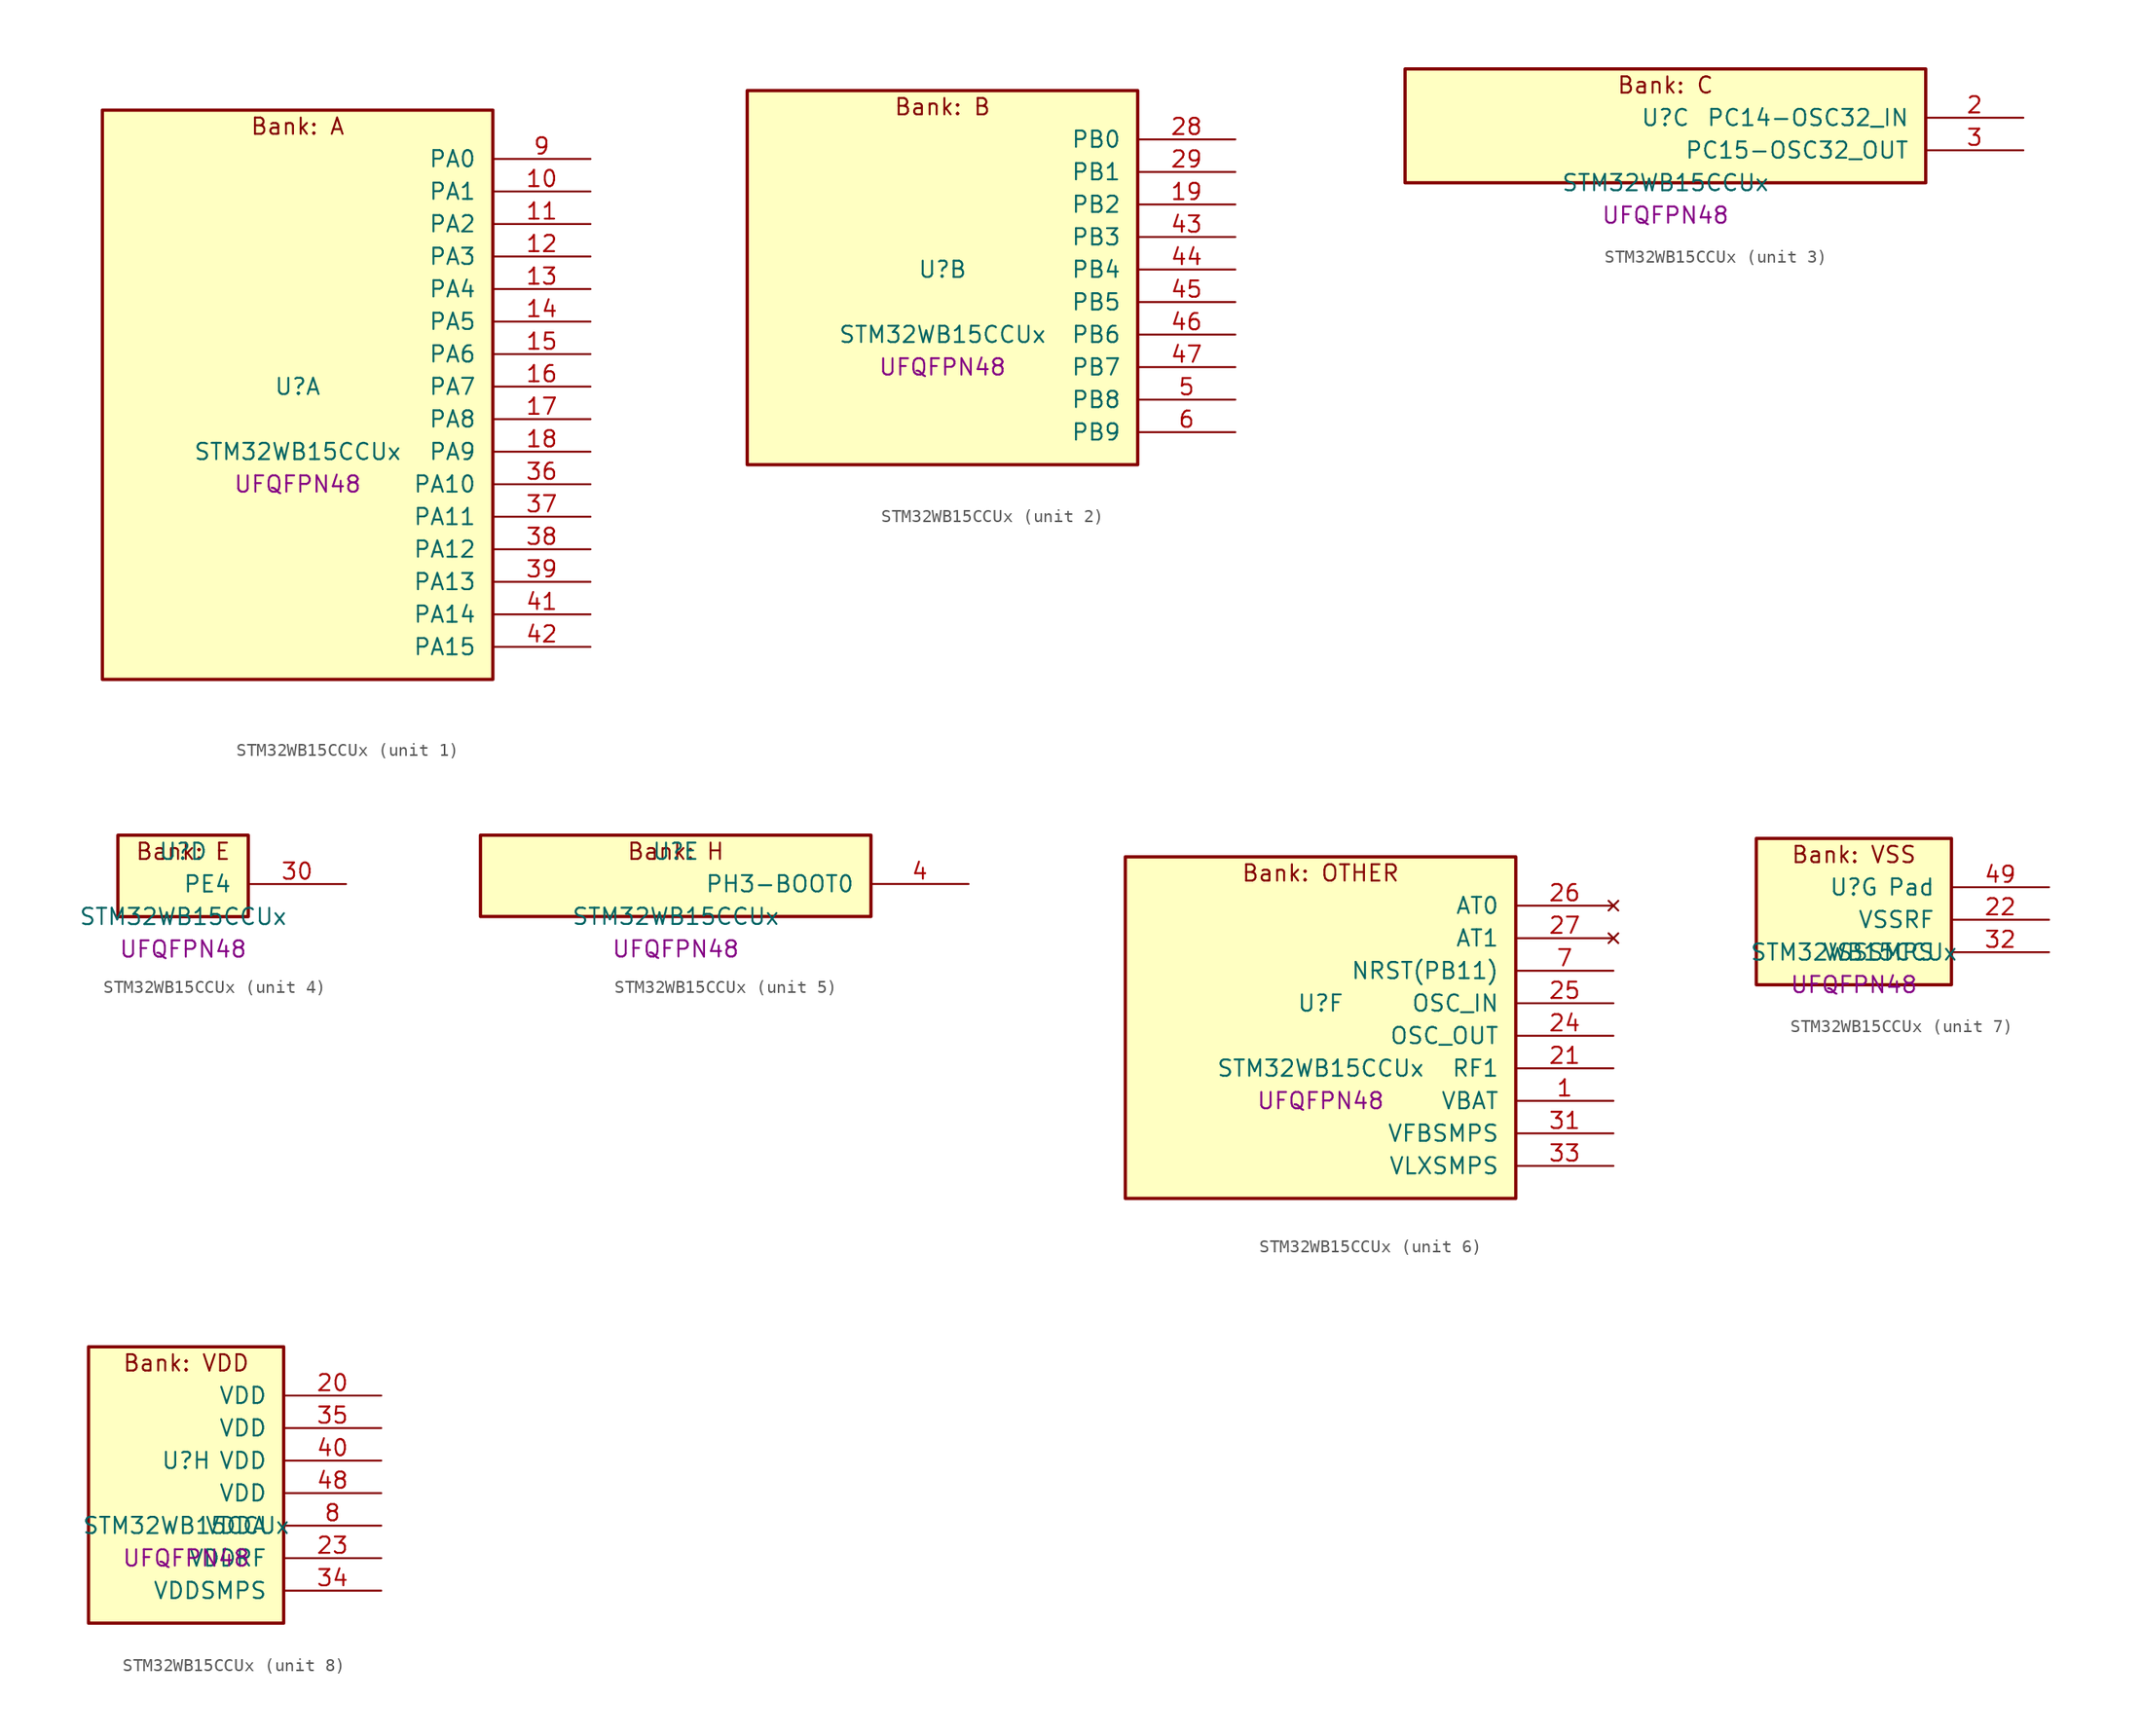
<source format=kicad_sym>
(kicad_symbol_lib
  (version 20241209)
  (generator "stm32_pkl_generator")
  (generator_version "1.0")
  (symbol "STM32WB15CCUx"
    (pin_names
      (offset 1.27))
    (property "Reference" "U"
      (at 0 2.54 0))
    (property "Value" "STM32WB15CCUx"
      (at 0 -2.54 0))
    (property "Footprint" "UFQFPN48"
      (at 0 -5.08 0))
    (symbol "STM32WB15CCUx_1_1"
      (rectangle (start -15.24 24.13) (end 15.24 -20.32) (stroke (width 0.254) (type solid)) (fill (type background)))
      (text "Bank: A" (at 0 22.86 0))
      (pin bidirectional line (at 22.86 20.32 180) (length 7.62) (name "PA0") (number "9") (alternate "PA0/ADC1_IN5" bidirectional line) (alternate "PA0/COMP1_INM" bidirectional line) (alternate "PA0/COMP1_OUT" bidirectional line) (alternate "PA0/RTC_TAMP2" bidirectional line) (alternate "PA0/SYS_WKUP1" bidirectional line) (alternate "PA0/TIM2_CH1" bidirectional line) (alternate "PA0/TIM2_ETR" bidirectional line))
      (pin bidirectional line (at 22.86 17.78 180) (length 7.62) (name "PA1") (number "10") (alternate "PA1/ADC1_IN6" bidirectional line) (alternate "PA1/COMP1_INP" bidirectional line) (alternate "PA1/I2C1_SMBA" bidirectional line) (alternate "PA1/SPI1_SCK" bidirectional line) (alternate "PA1/TIM2_CH2" bidirectional line))
      (pin bidirectional line (at 22.86 15.24 180) (length 7.62) (name "PA2") (number "11") (alternate "PA2/ADC1_IN7" bidirectional line) (alternate "PA2/LPUART1_TX" bidirectional line) (alternate "PA2/RCC_LSCO" bidirectional line) (alternate "PA2/SYS_WKUP4" bidirectional line) (alternate "PA2/TIM2_CH3" bidirectional line))
      (pin bidirectional line (at 22.86 12.7 180) (length 7.62) (name "PA3") (number "12") (alternate "PA3/ADC1_IN8" bidirectional line) (alternate "PA3/LPUART1_RX" bidirectional line) (alternate "PA3/TIM2_CH4" bidirectional line))
      (pin bidirectional line (at 22.86 10.16 180) (length 7.62) (name "PA4") (number "13") (alternate "PA4/ADC1_IN9" bidirectional line) (alternate "PA4/COMP1_INM" bidirectional line) (alternate "PA4/LPTIM2_OUT" bidirectional line) (alternate "PA4/SPI1_NSS" bidirectional line))
      (pin bidirectional line (at 22.86 7.62 180) (length 7.62) (name "PA5") (number "14") (alternate "PA5/ADC1_IN10" bidirectional line) (alternate "PA5/COMP1_INM" bidirectional line) (alternate "PA5/LPTIM2_ETR" bidirectional line) (alternate "PA5/SPI1_MOSI" bidirectional line) (alternate "PA5/SPI1_SCK" bidirectional line) (alternate "PA5/TIM2_CH1" bidirectional line) (alternate "PA5/TIM2_ETR" bidirectional line))
      (pin bidirectional line (at 22.86 5.08 180) (length 7.62) (name "PA6") (number "15") (alternate "PA6/ADC1_IN11" bidirectional line) (alternate "PA6/LPUART1_CTS" bidirectional line) (alternate "PA6/SPI1_MISO" bidirectional line) (alternate "PA6/TIM1_BKIN" bidirectional line))
      (pin bidirectional line (at 22.86 2.54 180) (length 7.62) (name "PA7") (number "16") (alternate "PA7/ADC1_IN2" bidirectional line) (alternate "PA7/SPI1_MOSI" bidirectional line) (alternate "PA7/TIM1_CH1N" bidirectional line))
      (pin bidirectional line (at 22.86 0 180) (length 7.62) (name "PA8") (number "17") (alternate "PA8/ADC1_IN3" bidirectional line) (alternate "PA8/LPTIM2_OUT" bidirectional line) (alternate "PA8/RCC_MCO" bidirectional line) (alternate "PA8/TIM1_CH1" bidirectional line) (alternate "PA8/USART1_CK" bidirectional line))
      (pin bidirectional line (at 22.86 -2.54 180) (length 7.62) (name "PA9") (number "18") (alternate "PA9/ADC1_IN4" bidirectional line) (alternate "PA9/COMP1_INM" bidirectional line) (alternate "PA9/I2C1_SCL" bidirectional line) (alternate "PA9/TIM1_CH2" bidirectional line) (alternate "PA9/USART1_TX" bidirectional line))
      (pin bidirectional line (at 22.86 -5.08 180) (length 7.62) (name "PA10") (number "36") (alternate "PA10/I2C1_SDA" bidirectional line) (alternate "PA10/TIM1_CH3" bidirectional line) (alternate "PA10/TSC_G7_IO2" bidirectional line) (alternate "PA10/USART1_RX" bidirectional line))
      (pin bidirectional line (at 22.86 -7.62 180) (length 7.62) (name "PA11") (number "37") (alternate "PA11/ADC1_EXTI11" bidirectional line) (alternate "PA11/SPI1_MISO" bidirectional line) (alternate "PA11/TIM1_BKIN2" bidirectional line) (alternate "PA11/TIM1_CH4" bidirectional line) (alternate "PA11/USART1_CTS" bidirectional line) (alternate "PA11/USART1_NSS" bidirectional line))
      (pin bidirectional line (at 22.86 -10.16 180) (length 7.62) (name "PA12") (number "38") (alternate "PA12/LPUART1_RX" bidirectional line) (alternate "PA12/SPI1_MOSI" bidirectional line) (alternate "PA12/TIM1_ETR" bidirectional line) (alternate "PA12/USART1_DE" bidirectional line) (alternate "PA12/USART1_RTS" bidirectional line))
      (pin bidirectional line (at 22.86 -12.7 180) (length 7.62) (name "PA13") (number "39") (alternate "PA13/SPI1_MOSI" bidirectional line) (alternate "PA13/SYS_JTMS-SWDIO" bidirectional line) (alternate "PA13/TSC_G7_IO1" bidirectional line))
      (pin bidirectional line (at 22.86 -15.24 180) (length 7.62) (name "PA14") (number "41") (alternate "PA14/I2C1_SMBA" bidirectional line) (alternate "PA14/LPTIM1_OUT" bidirectional line) (alternate "PA14/SPI1_NSS" bidirectional line) (alternate "PA14/SYS_JTCK-SWCLK" bidirectional line))
      (pin bidirectional line (at 22.86 -17.78 180) (length 7.62) (name "PA15") (number "42") (alternate "PA15/RCC_MCO" bidirectional line) (alternate "PA15/SPI1_NSS" bidirectional line) (alternate "PA15/SYS_JTDI" bidirectional line) (alternate "PA15/TIM2_CH1" bidirectional line) (alternate "PA15/TIM2_ETR" bidirectional line)))
    (symbol "STM32WB15CCUx_2_1"
      (rectangle (start -15.24 16.51) (end 15.24 -12.7) (stroke (width 0.254) (type solid)) (fill (type background)))
      (text "Bank: B" (at 0 15.24 0))
      (pin bidirectional line (at 22.86 12.7 180) (length 7.62) (name "PB0") (number "28") (alternate "PB0/COMP1_OUT" bidirectional line) (alternate "PB0/RF_TX_MOD_EXT_PA" bidirectional line))
      (pin bidirectional line (at 22.86 10.16 180) (length 7.62) (name "PB1") (number "29") (alternate "PB1/LPTIM2_IN1" bidirectional line) (alternate "PB1/LPUART1_DE" bidirectional line) (alternate "PB1/LPUART1_RTS" bidirectional line))
      (pin bidirectional line (at 22.86 7.62 180) (length 7.62) (name "PB2") (number "19") (alternate "PB2/COMP1_INP" bidirectional line) (alternate "PB2/LPTIM1_OUT" bidirectional line) (alternate "PB2/RTC_OUT" bidirectional line) (alternate "PB2/SPI1_NSS" bidirectional line))
      (pin bidirectional line (at 22.86 5.08 180) (length 7.62) (name "PB3") (number "43") (alternate "PB3/SPI1_SCK" bidirectional line) (alternate "PB3/SYS_JTDO-SWO" bidirectional line) (alternate "PB3/TIM2_CH2" bidirectional line) (alternate "PB3/USART1_DE" bidirectional line) (alternate "PB3/USART1_RTS" bidirectional line))
      (pin bidirectional line (at 22.86 2.54 180) (length 7.62) (name "PB4") (number "44") (alternate "PB4/SPI1_MISO" bidirectional line) (alternate "PB4/SYS_JTRST" bidirectional line) (alternate "PB4/TSC_G2_IO1" bidirectional line) (alternate "PB4/USART1_CTS" bidirectional line) (alternate "PB4/USART1_NSS" bidirectional line))
      (pin bidirectional line (at 22.86 0 180) (length 7.62) (name "PB5") (number "45") (alternate "PB5/I2C1_SMBA" bidirectional line) (alternate "PB5/LPTIM1_IN1" bidirectional line) (alternate "PB5/LPUART1_TX" bidirectional line) (alternate "PB5/SPI1_MOSI" bidirectional line) (alternate "PB5/TSC_G2_IO2" bidirectional line) (alternate "PB5/USART1_CK" bidirectional line))
      (pin bidirectional line (at 22.86 -2.54 180) (length 7.62) (name "PB6") (number "46") (alternate "PB6/I2C1_SCL" bidirectional line) (alternate "PB6/LPTIM1_ETR" bidirectional line) (alternate "PB6/RCC_MCO" bidirectional line) (alternate "PB6/SPI1_NSS" bidirectional line) (alternate "PB6/TSC_G2_IO3" bidirectional line) (alternate "PB6/USART1_TX" bidirectional line))
      (pin bidirectional line (at 22.86 -5.08 180) (length 7.62) (name "PB7") (number "47") (alternate "PB7/I2C1_SDA" bidirectional line) (alternate "PB7/LPTIM1_IN2" bidirectional line) (alternate "PB7/SYS_PVD_IN" bidirectional line) (alternate "PB7/TIM1_BKIN" bidirectional line) (alternate "PB7/TIM1_CH3" bidirectional line) (alternate "PB7/TSC_G2_IO4" bidirectional line) (alternate "PB7/USART1_RX" bidirectional line))
      (pin bidirectional line (at 22.86 -7.62 180) (length 7.62) (name "PB8") (number "5") (alternate "PB8/I2C1_SCL" bidirectional line) (alternate "PB8/TIM1_CH2N" bidirectional line) (alternate "PB8/TSC_G7_IO3" bidirectional line))
      (pin bidirectional line (at 22.86 -10.16 180) (length 7.62) (name "PB9") (number "6") (alternate "PB9/I2C1_SDA" bidirectional line) (alternate "PB9/TIM1_CH3N" bidirectional line) (alternate "PB9/TSC_G7_IO4" bidirectional line)))
    (symbol "STM32WB15CCUx_3_1"
      (rectangle (start -20.32 6.35) (end 20.32 -2.54) (stroke (width 0.254) (type solid)) (fill (type background)))
      (text "Bank: C" (at 0 5.08 0))
      (pin bidirectional line (at 27.94 2.54 180) (length 7.62) (name "PC14-OSC32_IN") (number "2") (alternate "PC14-OSC32_IN/RCC_OSC32_IN" bidirectional line))
      (pin bidirectional line (at 27.94 0 180) (length 7.62) (name "PC15-OSC32_OUT") (number "3") (alternate "PC15-OSC32_OUT/RCC_OSC32_OUT" bidirectional line)))
    (symbol "STM32WB15CCUx_4_1"
      (rectangle (start -5.08 3.81) (end 5.08 -2.54) (stroke (width 0.254) (type solid)) (fill (type background)))
      (text "Bank: E" (at 0 2.54 0))
      (pin bidirectional line (at 12.7 0 180) (length 7.62) (name "PE4") (number "30")))
    (symbol "STM32WB15CCUx_5_1"
      (rectangle (start -15.24 3.81) (end 15.24 -2.54) (stroke (width 0.254) (type solid)) (fill (type background)))
      (text "Bank: H" (at 0 2.54 0))
      (pin bidirectional line (at 22.86 0 180) (length 7.62) (name "PH3-BOOT0") (number "4") (alternate "PH3-BOOT0/RCC_LSCO" bidirectional line)))
    (symbol "STM32WB15CCUx_6_1"
      (rectangle (start -15.24 13.97) (end 15.24 -12.7) (stroke (width 0.254) (type solid)) (fill (type background)))
      (text "Bank: OTHER" (at 0 12.7 0))
      (pin no_connect line (at 22.86 10.16 180) (length 7.62) (name "AT0") (number "26"))
      (pin no_connect line (at 22.86 7.62 180) (length 7.62) (name "AT1") (number "27"))
      (pin input line (at 22.86 5.08 180) (length 7.62) (name "NRST(PB11)") (number "7"))
      (pin bidirectional line (at 22.86 2.54 180) (length 7.62) (name "OSC_IN") (number "25") (alternate "OSC_IN/RCC_OSC_IN" bidirectional line))
      (pin bidirectional line (at 22.86 0 180) (length 7.62) (name "OSC_OUT") (number "24") (alternate "OSC_OUT/RCC_OSC_OUT" bidirectional line))
      (pin bidirectional line (at 22.86 -2.54 180) (length 7.62) (name "RF1") (number "21") (alternate "RF1/RF_RF1" bidirectional line))
      (pin power_in line (at 22.86 -5.08 180) (length 7.62) (name "VBAT") (number "1"))
      (pin power_in line (at 22.86 -7.62 180) (length 7.62) (name "VFBSMPS") (number "31"))
      (pin power_in line (at 22.86 -10.16 180) (length 7.62) (name "VLXSMPS") (number "33")))
    (symbol "STM32WB15CCUx_7_1"
      (rectangle (start -7.62 6.35) (end 7.62 -5.08) (stroke (width 0.254) (type solid)) (fill (type background)))
      (text "Bank: VSS" (at 0 5.08 0))
      (pin passive line (at 15.24 2.54 180) (length 7.62) (name "Pad") (number "49"))
      (pin power_in line (at 15.24 0 180) (length 7.62) (name "VSSRF") (number "22"))
      (pin power_in line (at 15.24 -2.54 180) (length 7.62) (name "VSSSMPS") (number "32")))
    (symbol "STM32WB15CCUx_8_1"
      (rectangle (start -7.62 11.43) (end 7.62 -10.16) (stroke (width 0.254) (type solid)) (fill (type background)))
      (text "Bank: VDD" (at 0 10.16 0))
      (pin power_in line (at 15.24 7.62 180) (length 7.62) (name "VDD") (number "20"))
      (pin power_in line (at 15.24 5.08 180) (length 7.62) (name "VDD") (number "35"))
      (pin power_in line (at 15.24 2.54 180) (length 7.62) (name "VDD") (number "40"))
      (pin power_in line (at 15.24 0 180) (length 7.62) (name "VDD") (number "48"))
      (pin power_in line (at 15.24 -2.54 180) (length 7.62) (name "VDDA") (number "8"))
      (pin power_in line (at 15.24 -5.08 180) (length 7.62) (name "VDDRF") (number "23"))
      (pin power_in line (at 15.24 -7.62 180) (length 7.62) (name "VDDSMPS") (number "34")))))
</source>
